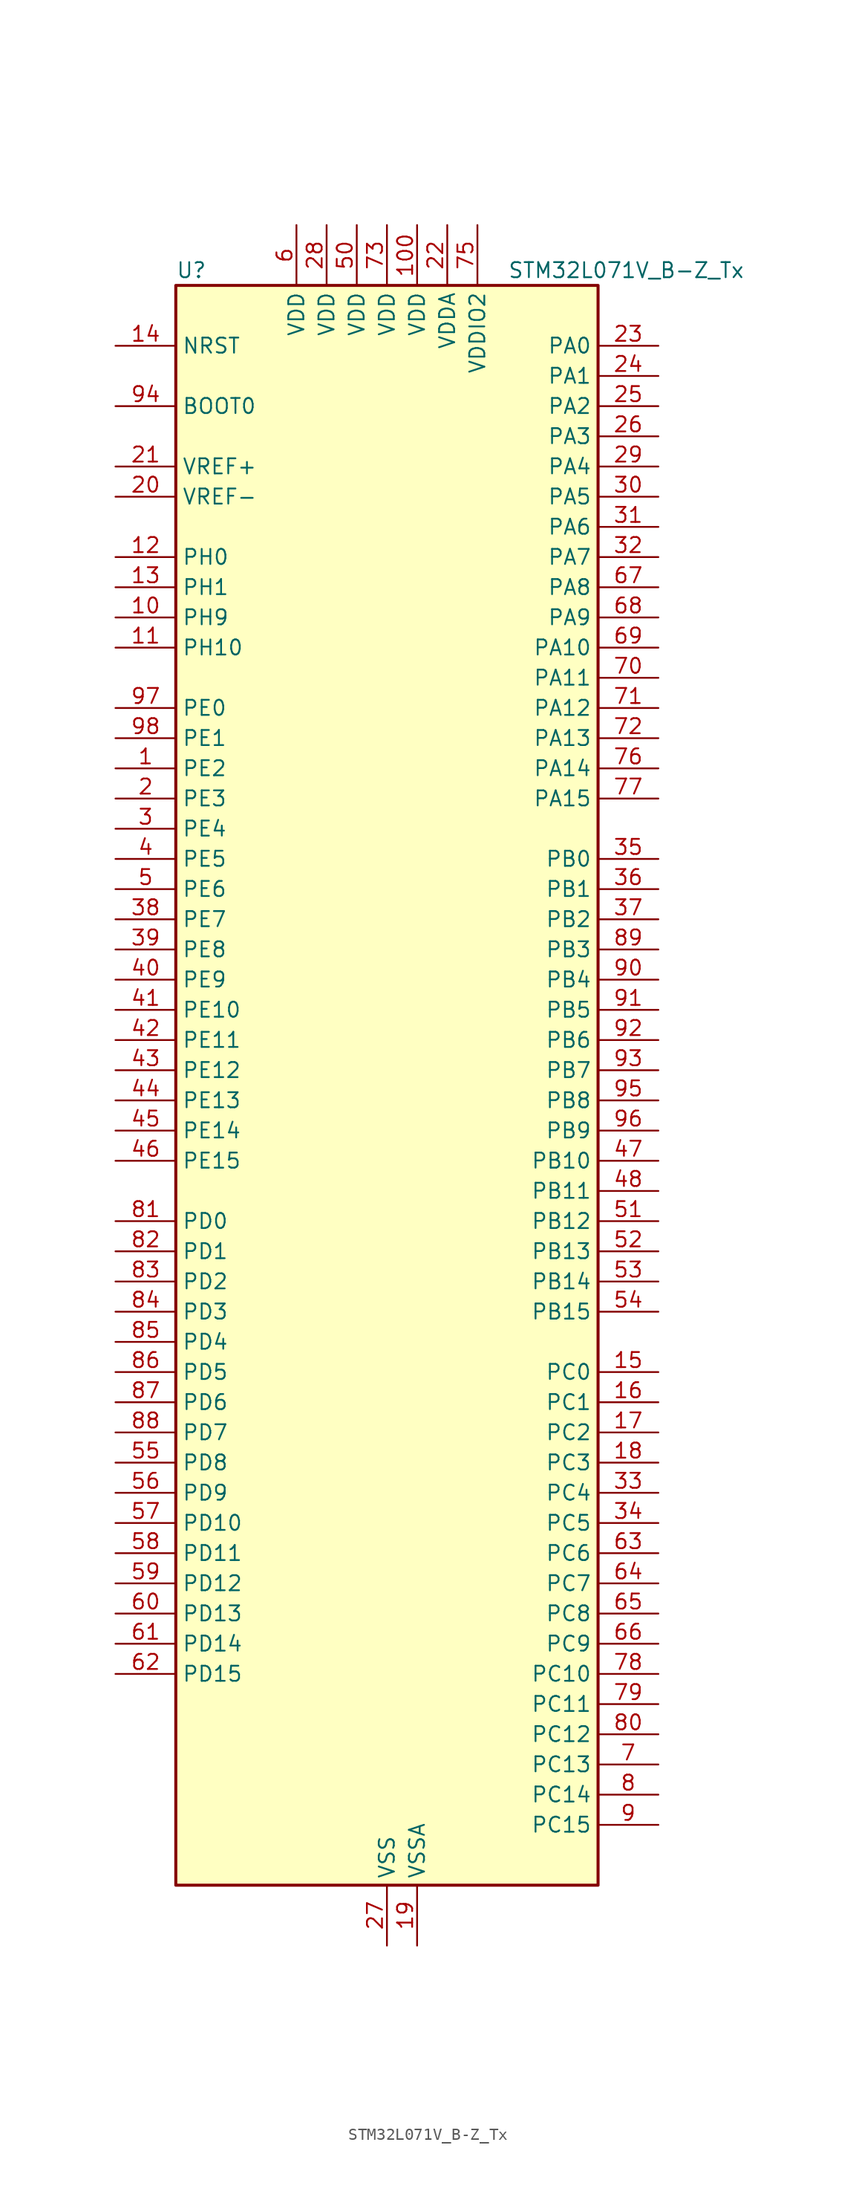
<source format=kicad_sym>
(kicad_symbol_lib
  (version 20241209)
  (generator "kicad_symbol_editor")
  (generator_version "9.0")
  (symbol "STM32L071V_B-Z_Tx"
    (property "Reference" "U"
      (at -17.78 69.85 0)
      (effects (font (size 1.27 1.27)) (justify left)))
    (property "Value" "STM32L071V_B-Z_Tx"
      (at 10.16 69.85 0)
      (effects (font (size 1.27 1.27)) (justify left)))
    (symbol "STM32L071V_B-Z_Tx_0_1"
      (rectangle (start -17.78 -66.04) (end 17.78 68.58) (stroke (width 0.254) (type default)) (fill (type background))))
    (symbol "STM32L071V_B-Z_Tx_1_1"
      (pin input line (at -22.86 63.5 0) (length 5.08) (name "NRST" (effects (font (size 1.27 1.27)))) (number "14" (effects (font (size 1.27 1.27)))))
      (pin input line (at -22.86 58.42 0) (length 5.08) (name "BOOT0" (effects (font (size 1.27 1.27)))) (number "94" (effects (font (size 1.27 1.27)))))
      (pin input line (at -22.86 53.34 0) (length 5.08) (name "VREF+" (effects (font (size 1.27 1.27)))) (number "21" (effects (font (size 1.27 1.27)))))
      (pin input line (at -22.86 50.8 0) (length 5.08) (name "VREF-" (effects (font (size 1.27 1.27)))) (number "20" (effects (font (size 1.27 1.27)))))
      (pin bidirectional line (at -22.86 45.72 0) (length 5.08) (name "PH0" (effects (font (size 1.27 1.27)))) (number "12" (effects (font (size 1.27 1.27)))) (alternate "RCC_OSC_IN" bidirectional line))
      (pin bidirectional line (at -22.86 43.18 0) (length 5.08) (name "PH1" (effects (font (size 1.27 1.27)))) (number "13" (effects (font (size 1.27 1.27)))) (alternate "RCC_OSC_OUT" bidirectional line))
      (pin bidirectional line (at -22.86 40.64 0) (length 5.08) (name "PH9" (effects (font (size 1.27 1.27)))) (number "10" (effects (font (size 1.27 1.27)))))
      (pin bidirectional line (at -22.86 38.1 0) (length 5.08) (name "PH10" (effects (font (size 1.27 1.27)))) (number "11" (effects (font (size 1.27 1.27)))))
      (pin bidirectional line (at -22.86 33.02 0) (length 5.08) (name "PE0" (effects (font (size 1.27 1.27)))) (number "97" (effects (font (size 1.27 1.27)))))
      (pin bidirectional line (at -22.86 30.48 0) (length 5.08) (name "PE1" (effects (font (size 1.27 1.27)))) (number "98" (effects (font (size 1.27 1.27)))))
      (pin bidirectional line (at -22.86 27.94 0) (length 5.08) (name "PE2" (effects (font (size 1.27 1.27)))) (number "1" (effects (font (size 1.27 1.27)))) (alternate "TIM3_ETR" bidirectional line))
      (pin bidirectional line (at -22.86 25.4 0) (length 5.08) (name "PE3" (effects (font (size 1.27 1.27)))) (number "2" (effects (font (size 1.27 1.27)))) (alternate "TIM22_CH1" bidirectional line) (alternate "TIM3_CH1" bidirectional line))
      (pin bidirectional line (at -22.86 22.86 0) (length 5.08) (name "PE4" (effects (font (size 1.27 1.27)))) (number "3" (effects (font (size 1.27 1.27)))) (alternate "TIM22_CH2" bidirectional line) (alternate "TIM3_CH2" bidirectional line))
      (pin bidirectional line (at -22.86 20.32 0) (length 5.08) (name "PE5" (effects (font (size 1.27 1.27)))) (number "4" (effects (font (size 1.27 1.27)))) (alternate "TIM21_CH1" bidirectional line) (alternate "TIM3_CH3" bidirectional line))
      (pin bidirectional line (at -22.86 17.78 0) (length 5.08) (name "PE6" (effects (font (size 1.27 1.27)))) (number "5" (effects (font (size 1.27 1.27)))) (alternate "RTC_TAMP3" bidirectional line) (alternate "SYS_WKUP3" bidirectional line) (alternate "TIM21_CH2" bidirectional line) (alternate "TIM3_CH4" bidirectional line))
      (pin bidirectional line (at -22.86 15.24 0) (length 5.08) (name "PE7" (effects (font (size 1.27 1.27)))) (number "38" (effects (font (size 1.27 1.27)))) (alternate "USART5_CK" bidirectional line) (alternate "USART5_DE" bidirectional line) (alternate "USART5_RTS" bidirectional line))
      (pin bidirectional line (at -22.86 12.7 0) (length 5.08) (name "PE8" (effects (font (size 1.27 1.27)))) (number "39" (effects (font (size 1.27 1.27)))) (alternate "USART4_TX" bidirectional line))
      (pin bidirectional line (at -22.86 10.16 0) (length 5.08) (name "PE9" (effects (font (size 1.27 1.27)))) (number "40" (effects (font (size 1.27 1.27)))) (alternate "TIM2_CH1" bidirectional line) (alternate "TIM2_ETR" bidirectional line) (alternate "USART4_RX" bidirectional line))
      (pin bidirectional line (at -22.86 7.62 0) (length 5.08) (name "PE10" (effects (font (size 1.27 1.27)))) (number "41" (effects (font (size 1.27 1.27)))) (alternate "TIM2_CH2" bidirectional line) (alternate "USART5_TX" bidirectional line))
      (pin bidirectional line (at -22.86 5.08 0) (length 5.08) (name "PE11" (effects (font (size 1.27 1.27)))) (number "42" (effects (font (size 1.27 1.27)))) (alternate "ADC_EXTI11" bidirectional line) (alternate "TIM2_CH3" bidirectional line) (alternate "USART5_RX" bidirectional line))
      (pin bidirectional line (at -22.86 2.54 0) (length 5.08) (name "PE12" (effects (font (size 1.27 1.27)))) (number "43" (effects (font (size 1.27 1.27)))) (alternate "SPI1_NSS" bidirectional line) (alternate "TIM2_CH4" bidirectional line))
      (pin bidirectional line (at -22.86 0 0) (length 5.08) (name "PE13" (effects (font (size 1.27 1.27)))) (number "44" (effects (font (size 1.27 1.27)))) (alternate "SPI1_SCK" bidirectional line))
      (pin bidirectional line (at -22.86 -2.54 0) (length 5.08) (name "PE14" (effects (font (size 1.27 1.27)))) (number "45" (effects (font (size 1.27 1.27)))) (alternate "SPI1_MISO" bidirectional line))
      (pin bidirectional line (at -22.86 -5.08 0) (length 5.08) (name "PE15" (effects (font (size 1.27 1.27)))) (number "46" (effects (font (size 1.27 1.27)))) (alternate "SPI1_MOSI" bidirectional line))
      (pin bidirectional line (at -22.86 -10.16 0) (length 5.08) (name "PD0" (effects (font (size 1.27 1.27)))) (number "81" (effects (font (size 1.27 1.27)))) (alternate "I2S2_WS" bidirectional line) (alternate "SPI2_NSS" bidirectional line) (alternate "TIM21_CH1" bidirectional line))
      (pin bidirectional line (at -22.86 -12.7 0) (length 5.08) (name "PD1" (effects (font (size 1.27 1.27)))) (number "82" (effects (font (size 1.27 1.27)))) (alternate "I2S2_CK" bidirectional line) (alternate "SPI2_SCK" bidirectional line))
      (pin bidirectional line (at -22.86 -15.24 0) (length 5.08) (name "PD2" (effects (font (size 1.27 1.27)))) (number "83" (effects (font (size 1.27 1.27)))) (alternate "LPUART1_DE" bidirectional line) (alternate "LPUART1_RTS" bidirectional line) (alternate "TIM3_ETR" bidirectional line) (alternate "USART5_RX" bidirectional line))
      (pin bidirectional line (at -22.86 -17.78 0) (length 5.08) (name "PD3" (effects (font (size 1.27 1.27)))) (number "84" (effects (font (size 1.27 1.27)))) (alternate "I2S2_MCK" bidirectional line) (alternate "SPI2_MISO" bidirectional line) (alternate "USART2_CTS" bidirectional line))
      (pin bidirectional line (at -22.86 -20.32 0) (length 5.08) (name "PD4" (effects (font (size 1.27 1.27)))) (number "85" (effects (font (size 1.27 1.27)))) (alternate "I2S2_SD" bidirectional line) (alternate "SPI2_MOSI" bidirectional line) (alternate "USART2_DE" bidirectional line) (alternate "USART2_RTS" bidirectional line))
      (pin bidirectional line (at -22.86 -22.86 0) (length 5.08) (name "PD5" (effects (font (size 1.27 1.27)))) (number "86" (effects (font (size 1.27 1.27)))) (alternate "USART2_TX" bidirectional line))
      (pin bidirectional line (at -22.86 -25.4 0) (length 5.08) (name "PD6" (effects (font (size 1.27 1.27)))) (number "87" (effects (font (size 1.27 1.27)))) (alternate "USART2_RX" bidirectional line))
      (pin bidirectional line (at -22.86 -27.94 0) (length 5.08) (name "PD7" (effects (font (size 1.27 1.27)))) (number "88" (effects (font (size 1.27 1.27)))) (alternate "TIM21_CH2" bidirectional line) (alternate "USART2_CK" bidirectional line))
      (pin bidirectional line (at -22.86 -30.48 0) (length 5.08) (name "PD8" (effects (font (size 1.27 1.27)))) (number "55" (effects (font (size 1.27 1.27)))) (alternate "LPUART1_TX" bidirectional line))
      (pin bidirectional line (at -22.86 -33.02 0) (length 5.08) (name "PD9" (effects (font (size 1.27 1.27)))) (number "56" (effects (font (size 1.27 1.27)))) (alternate "LPUART1_RX" bidirectional line))
      (pin bidirectional line (at -22.86 -35.56 0) (length 5.08) (name "PD10" (effects (font (size 1.27 1.27)))) (number "57" (effects (font (size 1.27 1.27)))))
      (pin bidirectional line (at -22.86 -38.1 0) (length 5.08) (name "PD11" (effects (font (size 1.27 1.27)))) (number "58" (effects (font (size 1.27 1.27)))) (alternate "ADC_EXTI11" bidirectional line) (alternate "LPUART1_CTS" bidirectional line))
      (pin bidirectional line (at -22.86 -40.64 0) (length 5.08) (name "PD12" (effects (font (size 1.27 1.27)))) (number "59" (effects (font (size 1.27 1.27)))) (alternate "LPUART1_DE" bidirectional line) (alternate "LPUART1_RTS" bidirectional line))
      (pin bidirectional line (at -22.86 -43.18 0) (length 5.08) (name "PD13" (effects (font (size 1.27 1.27)))) (number "60" (effects (font (size 1.27 1.27)))))
      (pin bidirectional line (at -22.86 -45.72 0) (length 5.08) (name "PD14" (effects (font (size 1.27 1.27)))) (number "61" (effects (font (size 1.27 1.27)))))
      (pin bidirectional line (at -22.86 -48.26 0) (length 5.08) (name "PD15" (effects (font (size 1.27 1.27)))) (number "62" (effects (font (size 1.27 1.27)))))
      (pin power_in line (at -7.62 73.66 270) (length 5.08) (name "VDD" (effects (font (size 1.27 1.27)))) (number "6" (effects (font (size 1.27 1.27)))))
      (pin power_in line (at -5.08 73.66 270) (length 5.08) (name "VDD" (effects (font (size 1.27 1.27)))) (number "28" (effects (font (size 1.27 1.27)))))
      (pin power_in line (at -2.54 73.66 270) (length 5.08) (name "VDD" (effects (font (size 1.27 1.27)))) (number "50" (effects (font (size 1.27 1.27)))))
      (pin power_in line (at 0 73.66 270) (length 5.08) (name "VDD" (effects (font (size 1.27 1.27)))) (number "73" (effects (font (size 1.27 1.27)))))
      (pin power_in line (at 0 -71.12 90) (length 5.08) (name "VSS" (effects (font (size 1.27 1.27)))) (number "27" (effects (font (size 1.27 1.27)))))
      (pin passive line (at 0 -71.12 90) (length 5.08) (hide yes) (name "VSS" (effects (font (size 1.27 1.27)))) (number "49" (effects (font (size 1.27 1.27)))))
      (pin passive line (at 0 -71.12 90) (length 5.08) (hide yes) (name "VSS" (effects (font (size 1.27 1.27)))) (number "74" (effects (font (size 1.27 1.27)))))
      (pin passive line (at 0 -71.12 90) (length 5.08) (hide yes) (name "VSS" (effects (font (size 1.27 1.27)))) (number "99" (effects (font (size 1.27 1.27)))))
      (pin power_in line (at 2.54 73.66 270) (length 5.08) (name "VDD" (effects (font (size 1.27 1.27)))) (number "100" (effects (font (size 1.27 1.27)))))
      (pin power_in line (at 2.54 -71.12 90) (length 5.08) (name "VSSA" (effects (font (size 1.27 1.27)))) (number "19" (effects (font (size 1.27 1.27)))))
      (pin power_in line (at 5.08 73.66 270) (length 5.08) (name "VDDA" (effects (font (size 1.27 1.27)))) (number "22" (effects (font (size 1.27 1.27)))))
      (pin power_in line (at 7.62 73.66 270) (length 5.08) (name "VDDIO2" (effects (font (size 1.27 1.27)))) (number "75" (effects (font (size 1.27 1.27)))))
      (pin bidirectional line (at 22.86 63.5 180) (length 5.08) (name "PA0" (effects (font (size 1.27 1.27)))) (number "23" (effects (font (size 1.27 1.27)))) (alternate "ADC_IN0" bidirectional line) (alternate "COMP1_INM" bidirectional line) (alternate "COMP1_OUT" bidirectional line) (alternate "RTC_TAMP2" bidirectional line) (alternate "SYS_WKUP1" bidirectional line) (alternate "TIM2_CH1" bidirectional line) (alternate "TIM2_ETR" bidirectional line) (alternate "USART2_CTS" bidirectional line) (alternate "USART4_TX" bidirectional line))
      (pin bidirectional line (at 22.86 60.96 180) (length 5.08) (name "PA1" (effects (font (size 1.27 1.27)))) (number "24" (effects (font (size 1.27 1.27)))) (alternate "ADC_IN1" bidirectional line) (alternate "COMP1_INP" bidirectional line) (alternate "TIM21_ETR" bidirectional line) (alternate "TIM2_CH2" bidirectional line) (alternate "USART2_DE" bidirectional line) (alternate "USART2_RTS" bidirectional line) (alternate "USART4_RX" bidirectional line))
      (pin bidirectional line (at 22.86 58.42 180) (length 5.08) (name "PA2" (effects (font (size 1.27 1.27)))) (number "25" (effects (font (size 1.27 1.27)))) (alternate "ADC_IN2" bidirectional line) (alternate "COMP2_INM" bidirectional line) (alternate "COMP2_OUT" bidirectional line) (alternate "LPUART1_TX" bidirectional line) (alternate "TIM21_CH1" bidirectional line) (alternate "TIM2_CH3" bidirectional line) (alternate "USART2_TX" bidirectional line))
      (pin bidirectional line (at 22.86 55.88 180) (length 5.08) (name "PA3" (effects (font (size 1.27 1.27)))) (number "26" (effects (font (size 1.27 1.27)))) (alternate "ADC_IN3" bidirectional line) (alternate "COMP2_INP" bidirectional line) (alternate "LPUART1_RX" bidirectional line) (alternate "TIM21_CH2" bidirectional line) (alternate "TIM2_CH4" bidirectional line) (alternate "USART2_RX" bidirectional line))
      (pin bidirectional line (at 22.86 53.34 180) (length 5.08) (name "PA4" (effects (font (size 1.27 1.27)))) (number "29" (effects (font (size 1.27 1.27)))) (alternate "ADC_IN4" bidirectional line) (alternate "COMP1_INM" bidirectional line) (alternate "COMP2_INM" bidirectional line) (alternate "SPI1_NSS" bidirectional line) (alternate "TIM22_ETR" bidirectional line) (alternate "USART2_CK" bidirectional line))
      (pin bidirectional line (at 22.86 50.8 180) (length 5.08) (name "PA5" (effects (font (size 1.27 1.27)))) (number "30" (effects (font (size 1.27 1.27)))) (alternate "ADC_IN5" bidirectional line) (alternate "COMP1_INM" bidirectional line) (alternate "COMP2_INM" bidirectional line) (alternate "SPI1_SCK" bidirectional line) (alternate "TIM2_CH1" bidirectional line) (alternate "TIM2_ETR" bidirectional line))
      (pin bidirectional line (at 22.86 48.26 180) (length 5.08) (name "PA6" (effects (font (size 1.27 1.27)))) (number "31" (effects (font (size 1.27 1.27)))) (alternate "ADC_IN6" bidirectional line) (alternate "COMP1_OUT" bidirectional line) (alternate "LPUART1_CTS" bidirectional line) (alternate "SPI1_MISO" bidirectional line) (alternate "TIM22_CH1" bidirectional line) (alternate "TIM3_CH1" bidirectional line))
      (pin bidirectional line (at 22.86 45.72 180) (length 5.08) (name "PA7" (effects (font (size 1.27 1.27)))) (number "32" (effects (font (size 1.27 1.27)))) (alternate "ADC_IN7" bidirectional line) (alternate "COMP2_OUT" bidirectional line) (alternate "SPI1_MOSI" bidirectional line) (alternate "TIM22_CH2" bidirectional line) (alternate "TIM3_CH2" bidirectional line))
      (pin bidirectional line (at 22.86 43.18 180) (length 5.08) (name "PA8" (effects (font (size 1.27 1.27)))) (number "67" (effects (font (size 1.27 1.27)))) (alternate "I2C3_SCL" bidirectional line) (alternate "RCC_MCO" bidirectional line) (alternate "USART1_CK" bidirectional line))
      (pin bidirectional line (at 22.86 40.64 180) (length 5.08) (name "PA9" (effects (font (size 1.27 1.27)))) (number "68" (effects (font (size 1.27 1.27)))) (alternate "I2C1_SCL" bidirectional line) (alternate "I2C3_SMBA" bidirectional line) (alternate "RCC_MCO" bidirectional line) (alternate "USART1_TX" bidirectional line))
      (pin bidirectional line (at 22.86 38.1 180) (length 5.08) (name "PA10" (effects (font (size 1.27 1.27)))) (number "69" (effects (font (size 1.27 1.27)))) (alternate "I2C1_SDA" bidirectional line) (alternate "USART1_RX" bidirectional line))
      (pin bidirectional line (at 22.86 35.56 180) (length 5.08) (name "PA11" (effects (font (size 1.27 1.27)))) (number "70" (effects (font (size 1.27 1.27)))) (alternate "ADC_EXTI11" bidirectional line) (alternate "COMP1_OUT" bidirectional line) (alternate "SPI1_MISO" bidirectional line) (alternate "USART1_CTS" bidirectional line))
      (pin bidirectional line (at 22.86 33.02 180) (length 5.08) (name "PA12" (effects (font (size 1.27 1.27)))) (number "71" (effects (font (size 1.27 1.27)))) (alternate "COMP2_OUT" bidirectional line) (alternate "SPI1_MOSI" bidirectional line) (alternate "USART1_DE" bidirectional line) (alternate "USART1_RTS" bidirectional line))
      (pin bidirectional line (at 22.86 30.48 180) (length 5.08) (name "PA13" (effects (font (size 1.27 1.27)))) (number "72" (effects (font (size 1.27 1.27)))) (alternate "LPUART1_RX" bidirectional line) (alternate "SYS_SWDIO" bidirectional line))
      (pin bidirectional line (at 22.86 27.94 180) (length 5.08) (name "PA14" (effects (font (size 1.27 1.27)))) (number "76" (effects (font (size 1.27 1.27)))) (alternate "LPUART1_TX" bidirectional line) (alternate "SYS_SWCLK" bidirectional line) (alternate "USART2_TX" bidirectional line))
      (pin bidirectional line (at 22.86 25.4 180) (length 5.08) (name "PA15" (effects (font (size 1.27 1.27)))) (number "77" (effects (font (size 1.27 1.27)))) (alternate "SPI1_NSS" bidirectional line) (alternate "TIM2_CH1" bidirectional line) (alternate "TIM2_ETR" bidirectional line) (alternate "USART2_RX" bidirectional line) (alternate "USART4_DE" bidirectional line) (alternate "USART4_RTS" bidirectional line))
      (pin bidirectional line (at 22.86 20.32 180) (length 5.08) (name "PB0" (effects (font (size 1.27 1.27)))) (number "35" (effects (font (size 1.27 1.27)))) (alternate "ADC_IN8" bidirectional line) (alternate "SYS_VREF_OUT_PB0" bidirectional line) (alternate "TIM3_CH3" bidirectional line))
      (pin bidirectional line (at 22.86 17.78 180) (length 5.08) (name "PB1" (effects (font (size 1.27 1.27)))) (number "36" (effects (font (size 1.27 1.27)))) (alternate "ADC_IN9" bidirectional line) (alternate "LPUART1_DE" bidirectional line) (alternate "LPUART1_RTS" bidirectional line) (alternate "SYS_VREF_OUT_PB1" bidirectional line) (alternate "TIM3_CH4" bidirectional line))
      (pin bidirectional line (at 22.86 15.24 180) (length 5.08) (name "PB2" (effects (font (size 1.27 1.27)))) (number "37" (effects (font (size 1.27 1.27)))) (alternate "I2C3_SMBA" bidirectional line) (alternate "LPTIM1_OUT" bidirectional line))
      (pin bidirectional line (at 22.86 12.7 180) (length 5.08) (name "PB3" (effects (font (size 1.27 1.27)))) (number "89" (effects (font (size 1.27 1.27)))) (alternate "COMP2_INM" bidirectional line) (alternate "SPI1_SCK" bidirectional line) (alternate "TIM2_CH2" bidirectional line) (alternate "USART1_DE" bidirectional line) (alternate "USART1_RTS" bidirectional line) (alternate "USART5_TX" bidirectional line))
      (pin bidirectional line (at 22.86 10.16 180) (length 5.08) (name "PB4" (effects (font (size 1.27 1.27)))) (number "90" (effects (font (size 1.27 1.27)))) (alternate "COMP2_INP" bidirectional line) (alternate "I2C3_SDA" bidirectional line) (alternate "SPI1_MISO" bidirectional line) (alternate "TIM22_CH1" bidirectional line) (alternate "TIM3_CH1" bidirectional line) (alternate "USART1_CTS" bidirectional line) (alternate "USART5_RX" bidirectional line))
      (pin bidirectional line (at 22.86 7.62 180) (length 5.08) (name "PB5" (effects (font (size 1.27 1.27)))) (number "91" (effects (font (size 1.27 1.27)))) (alternate "COMP2_INP" bidirectional line) (alternate "I2C1_SMBA" bidirectional line) (alternate "LPTIM1_IN1" bidirectional line) (alternate "SPI1_MOSI" bidirectional line) (alternate "TIM22_CH2" bidirectional line) (alternate "TIM3_CH2" bidirectional line) (alternate "USART1_CK" bidirectional line) (alternate "USART5_CK" bidirectional line) (alternate "USART5_DE" bidirectional line) (alternate "USART5_RTS" bidirectional line))
      (pin bidirectional line (at 22.86 5.08 180) (length 5.08) (name "PB6" (effects (font (size 1.27 1.27)))) (number "92" (effects (font (size 1.27 1.27)))) (alternate "COMP2_INP" bidirectional line) (alternate "I2C1_SCL" bidirectional line) (alternate "LPTIM1_ETR" bidirectional line) (alternate "USART1_TX" bidirectional line))
      (pin bidirectional line (at 22.86 2.54 180) (length 5.08) (name "PB7" (effects (font (size 1.27 1.27)))) (number "93" (effects (font (size 1.27 1.27)))) (alternate "COMP2_INP" bidirectional line) (alternate "I2C1_SDA" bidirectional line) (alternate "LPTIM1_IN2" bidirectional line) (alternate "SYS_PVD_IN" bidirectional line) (alternate "USART1_RX" bidirectional line) (alternate "USART4_CTS" bidirectional line))
      (pin bidirectional line (at 22.86 0 180) (length 5.08) (name "PB8" (effects (font (size 1.27 1.27)))) (number "95" (effects (font (size 1.27 1.27)))) (alternate "I2C1_SCL" bidirectional line))
      (pin bidirectional line (at 22.86 -2.54 180) (length 5.08) (name "PB9" (effects (font (size 1.27 1.27)))) (number "96" (effects (font (size 1.27 1.27)))) (alternate "I2C1_SDA" bidirectional line) (alternate "I2S2_WS" bidirectional line) (alternate "SPI2_NSS" bidirectional line))
      (pin bidirectional line (at 22.86 -5.08 180) (length 5.08) (name "PB10" (effects (font (size 1.27 1.27)))) (number "47" (effects (font (size 1.27 1.27)))) (alternate "I2C2_SCL" bidirectional line) (alternate "LPUART1_RX" bidirectional line) (alternate "LPUART1_TX" bidirectional line) (alternate "SPI2_SCK" bidirectional line) (alternate "TIM2_CH3" bidirectional line))
      (pin bidirectional line (at 22.86 -7.62 180) (length 5.08) (name "PB11" (effects (font (size 1.27 1.27)))) (number "48" (effects (font (size 1.27 1.27)))) (alternate "ADC_EXTI11" bidirectional line) (alternate "I2C2_SDA" bidirectional line) (alternate "LPUART1_RX" bidirectional line) (alternate "LPUART1_TX" bidirectional line) (alternate "TIM2_CH4" bidirectional line))
      (pin bidirectional line (at 22.86 -10.16 180) (length 5.08) (name "PB12" (effects (font (size 1.27 1.27)))) (number "51" (effects (font (size 1.27 1.27)))) (alternate "I2S2_WS" bidirectional line) (alternate "LPUART1_DE" bidirectional line) (alternate "LPUART1_RTS" bidirectional line) (alternate "SPI2_NSS" bidirectional line))
      (pin bidirectional line (at 22.86 -12.7 180) (length 5.08) (name "PB13" (effects (font (size 1.27 1.27)))) (number "52" (effects (font (size 1.27 1.27)))) (alternate "I2C2_SCL" bidirectional line) (alternate "I2S2_CK" bidirectional line) (alternate "LPUART1_CTS" bidirectional line) (alternate "RCC_MCO" bidirectional line) (alternate "SPI2_SCK" bidirectional line) (alternate "TIM21_CH1" bidirectional line))
      (pin bidirectional line (at 22.86 -15.24 180) (length 5.08) (name "PB14" (effects (font (size 1.27 1.27)))) (number "53" (effects (font (size 1.27 1.27)))) (alternate "I2C2_SDA" bidirectional line) (alternate "I2S2_MCK" bidirectional line) (alternate "LPUART1_DE" bidirectional line) (alternate "LPUART1_RTS" bidirectional line) (alternate "RTC_OUT_ALARM" bidirectional line) (alternate "RTC_OUT_CALIB" bidirectional line) (alternate "SPI2_MISO" bidirectional line) (alternate "TIM21_CH2" bidirectional line))
      (pin bidirectional line (at 22.86 -17.78 180) (length 5.08) (name "PB15" (effects (font (size 1.27 1.27)))) (number "54" (effects (font (size 1.27 1.27)))) (alternate "I2S2_SD" bidirectional line) (alternate "RTC_REFIN" bidirectional line) (alternate "SPI2_MOSI" bidirectional line))
      (pin bidirectional line (at 22.86 -22.86 180) (length 5.08) (name "PC0" (effects (font (size 1.27 1.27)))) (number "15" (effects (font (size 1.27 1.27)))) (alternate "ADC_IN10" bidirectional line) (alternate "I2C3_SCL" bidirectional line) (alternate "LPTIM1_IN1" bidirectional line) (alternate "LPUART1_RX" bidirectional line))
      (pin bidirectional line (at 22.86 -25.4 180) (length 5.08) (name "PC1" (effects (font (size 1.27 1.27)))) (number "16" (effects (font (size 1.27 1.27)))) (alternate "ADC_IN11" bidirectional line) (alternate "I2C3_SDA" bidirectional line) (alternate "LPTIM1_OUT" bidirectional line) (alternate "LPUART1_TX" bidirectional line))
      (pin bidirectional line (at 22.86 -27.94 180) (length 5.08) (name "PC2" (effects (font (size 1.27 1.27)))) (number "17" (effects (font (size 1.27 1.27)))) (alternate "ADC_IN12" bidirectional line) (alternate "I2S2_MCK" bidirectional line) (alternate "LPTIM1_IN2" bidirectional line) (alternate "SPI2_MISO" bidirectional line))
      (pin bidirectional line (at 22.86 -30.48 180) (length 5.08) (name "PC3" (effects (font (size 1.27 1.27)))) (number "18" (effects (font (size 1.27 1.27)))) (alternate "ADC_IN13" bidirectional line) (alternate "I2S2_SD" bidirectional line) (alternate "LPTIM1_ETR" bidirectional line) (alternate "SPI2_MOSI" bidirectional line))
      (pin bidirectional line (at 22.86 -33.02 180) (length 5.08) (name "PC4" (effects (font (size 1.27 1.27)))) (number "33" (effects (font (size 1.27 1.27)))) (alternate "ADC_IN14" bidirectional line) (alternate "LPUART1_TX" bidirectional line))
      (pin bidirectional line (at 22.86 -35.56 180) (length 5.08) (name "PC5" (effects (font (size 1.27 1.27)))) (number "34" (effects (font (size 1.27 1.27)))) (alternate "ADC_IN15" bidirectional line) (alternate "LPUART1_RX" bidirectional line))
      (pin bidirectional line (at 22.86 -38.1 180) (length 5.08) (name "PC6" (effects (font (size 1.27 1.27)))) (number "63" (effects (font (size 1.27 1.27)))) (alternate "TIM22_CH1" bidirectional line) (alternate "TIM3_CH1" bidirectional line))
      (pin bidirectional line (at 22.86 -40.64 180) (length 5.08) (name "PC7" (effects (font (size 1.27 1.27)))) (number "64" (effects (font (size 1.27 1.27)))) (alternate "TIM22_CH2" bidirectional line) (alternate "TIM3_CH2" bidirectional line))
      (pin bidirectional line (at 22.86 -43.18 180) (length 5.08) (name "PC8" (effects (font (size 1.27 1.27)))) (number "65" (effects (font (size 1.27 1.27)))) (alternate "TIM22_ETR" bidirectional line) (alternate "TIM3_CH3" bidirectional line))
      (pin bidirectional line (at 22.86 -45.72 180) (length 5.08) (name "PC9" (effects (font (size 1.27 1.27)))) (number "66" (effects (font (size 1.27 1.27)))) (alternate "I2C3_SDA" bidirectional line) (alternate "TIM21_ETR" bidirectional line) (alternate "TIM3_CH4" bidirectional line))
      (pin bidirectional line (at 22.86 -48.26 180) (length 5.08) (name "PC10" (effects (font (size 1.27 1.27)))) (number "78" (effects (font (size 1.27 1.27)))) (alternate "LPUART1_TX" bidirectional line) (alternate "USART4_TX" bidirectional line))
      (pin bidirectional line (at 22.86 -50.8 180) (length 5.08) (name "PC11" (effects (font (size 1.27 1.27)))) (number "79" (effects (font (size 1.27 1.27)))) (alternate "ADC_EXTI11" bidirectional line) (alternate "LPUART1_RX" bidirectional line) (alternate "USART4_RX" bidirectional line))
      (pin bidirectional line (at 22.86 -53.34 180) (length 5.08) (name "PC12" (effects (font (size 1.27 1.27)))) (number "80" (effects (font (size 1.27 1.27)))) (alternate "USART4_CK" bidirectional line) (alternate "USART5_TX" bidirectional line))
      (pin bidirectional line (at 22.86 -55.88 180) (length 5.08) (name "PC13" (effects (font (size 1.27 1.27)))) (number "7" (effects (font (size 1.27 1.27)))) (alternate "RTC_OUT_ALARM" bidirectional line) (alternate "RTC_OUT_CALIB" bidirectional line) (alternate "RTC_TAMP1" bidirectional line) (alternate "RTC_TS" bidirectional line) (alternate "SYS_WKUP2" bidirectional line))
      (pin bidirectional line (at 22.86 -58.42 180) (length 5.08) (name "PC14" (effects (font (size 1.27 1.27)))) (number "8" (effects (font (size 1.27 1.27)))) (alternate "RCC_OSC32_IN" bidirectional line))
      (pin bidirectional line (at 22.86 -60.96 180) (length 5.08) (name "PC15" (effects (font (size 1.27 1.27)))) (number "9" (effects (font (size 1.27 1.27)))) (alternate "RCC_OSC32_OUT" bidirectional line)))))
</source>
